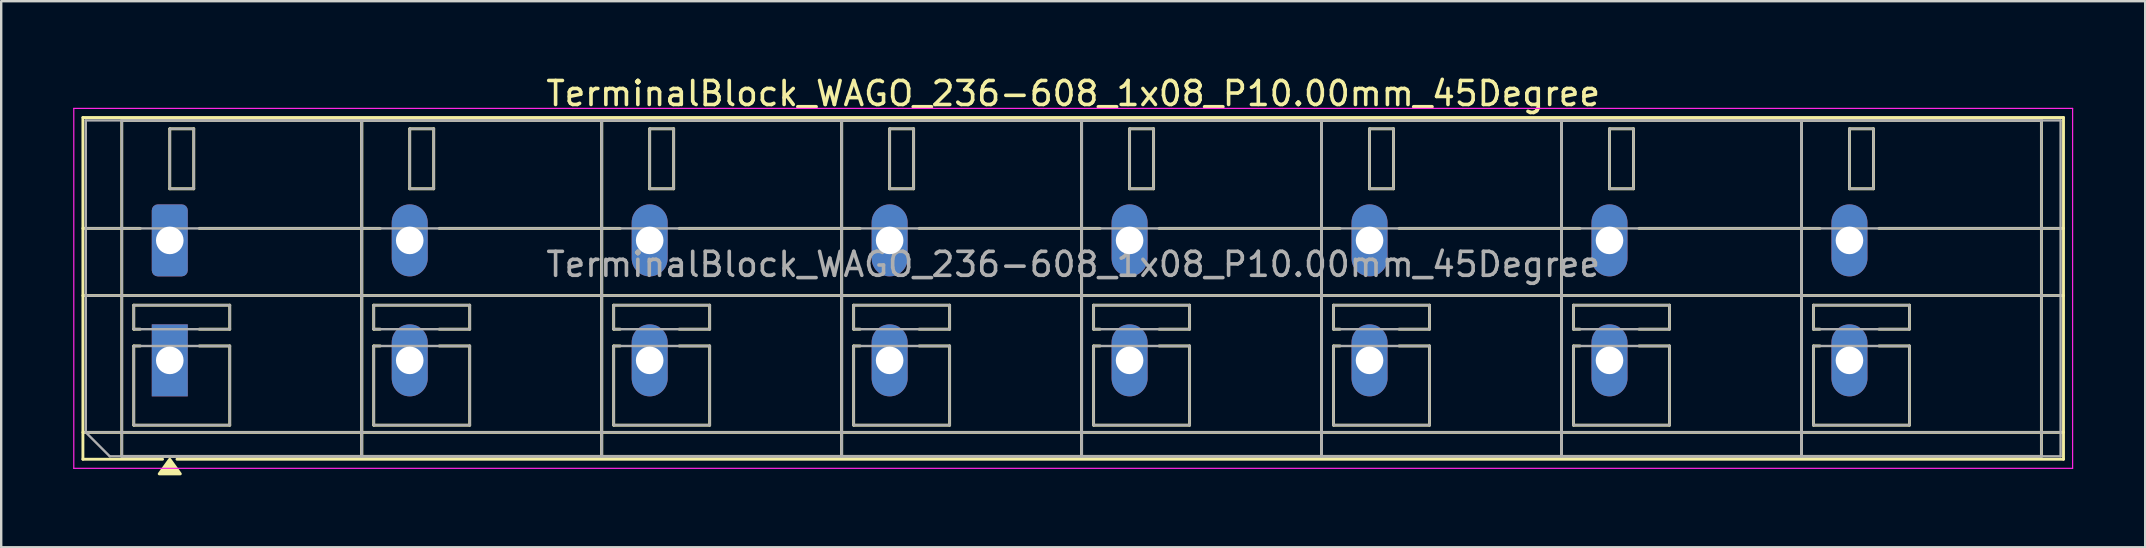
<source format=kicad_pcb>
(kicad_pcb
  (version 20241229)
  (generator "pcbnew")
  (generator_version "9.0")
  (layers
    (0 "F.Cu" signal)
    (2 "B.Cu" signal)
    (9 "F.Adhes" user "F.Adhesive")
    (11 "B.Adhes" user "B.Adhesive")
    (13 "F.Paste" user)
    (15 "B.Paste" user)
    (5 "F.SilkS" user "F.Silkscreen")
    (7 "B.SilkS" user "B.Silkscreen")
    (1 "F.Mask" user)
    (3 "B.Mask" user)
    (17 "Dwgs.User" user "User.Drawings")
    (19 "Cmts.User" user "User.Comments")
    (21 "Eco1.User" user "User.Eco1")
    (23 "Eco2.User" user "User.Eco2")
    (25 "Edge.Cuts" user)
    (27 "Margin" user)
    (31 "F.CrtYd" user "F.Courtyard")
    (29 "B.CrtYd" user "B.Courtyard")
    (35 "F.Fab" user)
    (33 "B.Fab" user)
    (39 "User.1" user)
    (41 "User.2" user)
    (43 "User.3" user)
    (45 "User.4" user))
  (footprint "TerminalBlock_WAGO_236-608_1x08_P10.00mm_45Degree"
    (layer "F.Cu")
    (at 4.025 6.968)
    (property "Reference" "TerminalBlock_WAGO_236-608_1x08_P10.00mm_45Degree" (at 37.65 -6.12 0) (layer "F.SilkS") (effects (font (size 1 1) (thickness 0.15))))
    (attr through_hole)
    (fp_line (start -3.62 -5.12) (end 78.92 -5.12) (stroke (width 0.12) (type solid)) (layer "F.SilkS"))
    (fp_line (start -3.62 -0.5) (end -1.23 -0.5) (stroke (width 0.12) (type solid)) (layer "F.SilkS"))
    (fp_line (start -3.62 2.3) (end 78.92 2.3) (stroke (width 0.12) (type solid)) (layer "F.SilkS"))
    (fp_line (start -3.62 8) (end 78.92 8) (stroke (width 0.12) (type solid)) (layer "F.SilkS"))
    (fp_line (start -3.62 9.12) (end -3.62 -5.12) (stroke (width 0.12) (type solid)) (layer "F.SilkS"))
    (fp_line (start -2 -5) (end 8 -5) (stroke (width 0.12) (type solid)) (layer "F.SilkS"))
    (fp_line (start -2 9) (end -2 -5) (stroke (width 0.12) (type solid)) (layer "F.SilkS"))
    (fp_line (start -1.5 2.7) (end 2.5 2.7) (stroke (width 0.12) (type solid)) (layer "F.SilkS"))
    (fp_line (start -1.5 3.7) (end -1.5 2.7) (stroke (width 0.12) (type solid)) (layer "F.SilkS"))
    (fp_line (start -1.5 4.4) (end -1.23 4.4) (stroke (width 0.12) (type solid)) (layer "F.SilkS"))
    (fp_line (start -1.5 7.7) (end -1.5 4.4) (stroke (width 0.12) (type solid)) (layer "F.SilkS"))
    (fp_line (start -1.23 3.7) (end -1.5 3.7) (stroke (width 0.12) (type solid)) (layer "F.SilkS"))
    (fp_line (start -0.3 9.12) (end -3.62 9.12) (stroke (width 0.12) (type solid)) (layer "F.SilkS"))
    (fp_line (start 0 -4.65) (end 1 -4.65) (stroke (width 0.12) (type solid)) (layer "F.SilkS"))
    (fp_line (start 0 -2.15) (end 0 -4.65) (stroke (width 0.12) (type solid)) (layer "F.SilkS"))
    (fp_line (start 1 -4.65) (end 1 -2.15) (stroke (width 0.12) (type solid)) (layer "F.SilkS"))
    (fp_line (start 1 -2.15) (end 0 -2.15) (stroke (width 0.12) (type solid)) (layer "F.SilkS"))
    (fp_line (start 1.23 -0.5) (end 8.77 -0.5) (stroke (width 0.12) (type solid)) (layer "F.SilkS"))
    (fp_line (start 1.23 4.4) (end 2.5 4.4) (stroke (width 0.12) (type solid)) (layer "F.SilkS"))
    (fp_line (start 2.5 2.7) (end 2.5 3.7) (stroke (width 0.12) (type solid)) (layer "F.SilkS"))
    (fp_line (start 2.5 3.7) (end 1.23 3.7) (stroke (width 0.12) (type solid)) (layer "F.SilkS"))
    (fp_line (start 2.5 4.4) (end 2.5 7.7) (stroke (width 0.12) (type solid)) (layer "F.SilkS"))
    (fp_line (start 2.5 7.7) (end -1.5 7.7) (stroke (width 0.12) (type solid)) (layer "F.SilkS"))
    (fp_line (start 8 -5) (end 8 9) (stroke (width 0.12) (type solid)) (layer "F.SilkS"))
    (fp_line (start 8 -5) (end 18 -5) (stroke (width 0.12) (type solid)) (layer "F.SilkS"))
    (fp_line (start 8 9) (end -2 9) (stroke (width 0.12) (type solid)) (layer "F.SilkS"))
    (fp_line (start 8 9) (end 8 -5) (stroke (width 0.12) (type solid)) (layer "F.SilkS"))
    (fp_line (start 8.5 2.7) (end 12.5 2.7) (stroke (width 0.12) (type solid)) (layer "F.SilkS"))
    (fp_line (start 8.5 3.7) (end 8.5 2.7) (stroke (width 0.12) (type solid)) (layer "F.SilkS"))
    (fp_line (start 8.5 4.4) (end 8.77 4.4) (stroke (width 0.12) (type solid)) (layer "F.SilkS"))
    (fp_line (start 8.5 7.7) (end 8.5 4.4) (stroke (width 0.12) (type solid)) (layer "F.SilkS"))
    (fp_line (start 8.77 3.7) (end 8.5 3.7) (stroke (width 0.12) (type solid)) (layer "F.SilkS"))
    (fp_line (start 10 -4.65) (end 11 -4.65) (stroke (width 0.12) (type solid)) (layer "F.SilkS"))
    (fp_line (start 10 -2.15) (end 10 -4.65) (stroke (width 0.12) (type solid)) (layer "F.SilkS"))
    (fp_line (start 11 -4.65) (end 11 -2.15) (stroke (width 0.12) (type solid)) (layer "F.SilkS"))
    (fp_line (start 11 -2.15) (end 10 -2.15) (stroke (width 0.12) (type solid)) (layer "F.SilkS"))
    (fp_line (start 11.23 -0.5) (end 18.77 -0.5) (stroke (width 0.12) (type solid)) (layer "F.SilkS"))
    (fp_line (start 11.23 4.4) (end 12.5 4.4) (stroke (width 0.12) (type solid)) (layer "F.SilkS"))
    (fp_line (start 12.5 2.7) (end 12.5 3.7) (stroke (width 0.12) (type solid)) (layer "F.SilkS"))
    (fp_line (start 12.5 3.7) (end 11.23 3.7) (stroke (width 0.12) (type solid)) (layer "F.SilkS"))
    (fp_line (start 12.5 4.4) (end 12.5 7.7) (stroke (width 0.12) (type solid)) (layer "F.SilkS"))
    (fp_line (start 12.5 7.7) (end 8.5 7.7) (stroke (width 0.12) (type solid)) (layer "F.SilkS"))
    (fp_line (start 18 -5) (end 18 9) (stroke (width 0.12) (type solid)) (layer "F.SilkS"))
    (fp_line (start 18 -5) (end 28 -5) (stroke (width 0.12) (type solid)) (layer "F.SilkS"))
    (fp_line (start 18 9) (end 8 9) (stroke (width 0.12) (type solid)) (layer "F.SilkS"))
    (fp_line (start 18 9) (end 18 -5) (stroke (width 0.12) (type solid)) (layer "F.SilkS"))
    (fp_line (start 18.5 2.7) (end 22.5 2.7) (stroke (width 0.12) (type solid)) (layer "F.SilkS"))
    (fp_line (start 18.5 3.7) (end 18.5 2.7) (stroke (width 0.12) (type solid)) (layer "F.SilkS"))
    (fp_line (start 18.5 4.4) (end 18.77 4.4) (stroke (width 0.12) (type solid)) (layer "F.SilkS"))
    (fp_line (start 18.5 7.7) (end 18.5 4.4) (stroke (width 0.12) (type solid)) (layer "F.SilkS"))
    (fp_line (start 18.77 3.7) (end 18.5 3.7) (stroke (width 0.12) (type solid)) (layer "F.SilkS"))
    (fp_line (start 20 -4.65) (end 21 -4.65) (stroke (width 0.12) (type solid)) (layer "F.SilkS"))
    (fp_line (start 20 -2.15) (end 20 -4.65) (stroke (width 0.12) (type solid)) (layer "F.SilkS"))
    (fp_line (start 21 -4.65) (end 21 -2.15) (stroke (width 0.12) (type solid)) (layer "F.SilkS"))
    (fp_line (start 21 -2.15) (end 20 -2.15) (stroke (width 0.12) (type solid)) (layer "F.SilkS"))
    (fp_line (start 21.23 -0.5) (end 28.77 -0.5) (stroke (width 0.12) (type solid)) (layer "F.SilkS"))
    (fp_line (start 21.23 4.4) (end 22.5 4.4) (stroke (width 0.12) (type solid)) (layer "F.SilkS"))
    (fp_line (start 22.5 2.7) (end 22.5 3.7) (stroke (width 0.12) (type solid)) (layer "F.SilkS"))
    (fp_line (start 22.5 3.7) (end 21.23 3.7) (stroke (width 0.12) (type solid)) (layer "F.SilkS"))
    (fp_line (start 22.5 4.4) (end 22.5 7.7) (stroke (width 0.12) (type solid)) (layer "F.SilkS"))
    (fp_line (start 22.5 7.7) (end 18.5 7.7) (stroke (width 0.12) (type solid)) (layer "F.SilkS"))
    (fp_line (start 28 -5) (end 28 9) (stroke (width 0.12) (type solid)) (layer "F.SilkS"))
    (fp_line (start 28 -5) (end 38 -5) (stroke (width 0.12) (type solid)) (layer "F.SilkS"))
    (fp_line (start 28 9) (end 18 9) (stroke (width 0.12) (type solid)) (layer "F.SilkS"))
    (fp_line (start 28 9) (end 28 -5) (stroke (width 0.12) (type solid)) (layer "F.SilkS"))
    (fp_line (start 28.5 2.7) (end 32.5 2.7) (stroke (width 0.12) (type solid)) (layer "F.SilkS"))
    (fp_line (start 28.5 3.7) (end 28.5 2.7) (stroke (width 0.12) (type solid)) (layer "F.SilkS"))
    (fp_line (start 28.5 4.4) (end 28.77 4.4) (stroke (width 0.12) (type solid)) (layer "F.SilkS"))
    (fp_line (start 28.5 7.7) (end 28.5 4.4) (stroke (width 0.12) (type solid)) (layer "F.SilkS"))
    (fp_line (start 28.77 3.7) (end 28.5 3.7) (stroke (width 0.12) (type solid)) (layer "F.SilkS"))
    (fp_line (start 30 -4.65) (end 31 -4.65) (stroke (width 0.12) (type solid)) (layer "F.SilkS"))
    (fp_line (start 30 -2.15) (end 30 -4.65) (stroke (width 0.12) (type solid)) (layer "F.SilkS"))
    (fp_line (start 31 -4.65) (end 31 -2.15) (stroke (width 0.12) (type solid)) (layer "F.SilkS"))
    (fp_line (start 31 -2.15) (end 30 -2.15) (stroke (width 0.12) (type solid)) (layer "F.SilkS"))
    (fp_line (start 31.23 -0.5) (end 38.77 -0.5) (stroke (width 0.12) (type solid)) (layer "F.SilkS"))
    (fp_line (start 31.23 4.4) (end 32.5 4.4) (stroke (width 0.12) (type solid)) (layer "F.SilkS"))
    (fp_line (start 32.5 2.7) (end 32.5 3.7) (stroke (width 0.12) (type solid)) (layer "F.SilkS"))
    (fp_line (start 32.5 3.7) (end 31.23 3.7) (stroke (width 0.12) (type solid)) (layer "F.SilkS"))
    (fp_line (start 32.5 4.4) (end 32.5 7.7) (stroke (width 0.12) (type solid)) (layer "F.SilkS"))
    (fp_line (start 32.5 7.7) (end 28.5 7.7) (stroke (width 0.12) (type solid)) (layer "F.SilkS"))
    (fp_line (start 38 -5) (end 38 9) (stroke (width 0.12) (type solid)) (layer "F.SilkS"))
    (fp_line (start 38 -5) (end 48 -5) (stroke (width 0.12) (type solid)) (layer "F.SilkS"))
    (fp_line (start 38 9) (end 28 9) (stroke (width 0.12) (type solid)) (layer "F.SilkS"))
    (fp_line (start 38 9) (end 38 -5) (stroke (width 0.12) (type solid)) (layer "F.SilkS"))
    (fp_line (start 38.5 2.7) (end 42.5 2.7) (stroke (width 0.12) (type solid)) (layer "F.SilkS"))
    (fp_line (start 38.5 3.7) (end 38.5 2.7) (stroke (width 0.12) (type solid)) (layer "F.SilkS"))
    (fp_line (start 38.5 4.4) (end 38.77 4.4) (stroke (width 0.12) (type solid)) (layer "F.SilkS"))
    (fp_line (start 38.5 7.7) (end 38.5 4.4) (stroke (width 0.12) (type solid)) (layer "F.SilkS"))
    (fp_line (start 38.77 3.7) (end 38.5 3.7) (stroke (width 0.12) (type solid)) (layer "F.SilkS"))
    (fp_line (start 40 -4.65) (end 41 -4.65) (stroke (width 0.12) (type solid)) (layer "F.SilkS"))
    (fp_line (start 40 -2.15) (end 40 -4.65) (stroke (width 0.12) (type solid)) (layer "F.SilkS"))
    (fp_line (start 41 -4.65) (end 41 -2.15) (stroke (width 0.12) (type solid)) (layer "F.SilkS"))
    (fp_line (start 41 -2.15) (end 40 -2.15) (stroke (width 0.12) (type solid)) (layer "F.SilkS"))
    (fp_line (start 41.23 -0.5) (end 48.77 -0.5) (stroke (width 0.12) (type solid)) (layer "F.SilkS"))
    (fp_line (start 41.23 4.4) (end 42.5 4.4) (stroke (width 0.12) (type solid)) (layer "F.SilkS"))
    (fp_line (start 42.5 2.7) (end 42.5 3.7) (stroke (width 0.12) (type solid)) (layer "F.SilkS"))
    (fp_line (start 42.5 3.7) (end 41.23 3.7) (stroke (width 0.12) (type solid)) (layer "F.SilkS"))
    (fp_line (start 42.5 4.4) (end 42.5 7.7) (stroke (width 0.12) (type solid)) (layer "F.SilkS"))
    (fp_line (start 42.5 7.7) (end 38.5 7.7) (stroke (width 0.12) (type solid)) (layer "F.SilkS"))
    (fp_line (start 48 -5) (end 48 9) (stroke (width 0.12) (type solid)) (layer "F.SilkS"))
    (fp_line (start 48 -5) (end 58 -5) (stroke (width 0.12) (type solid)) (layer "F.SilkS"))
    (fp_line (start 48 9) (end 38 9) (stroke (width 0.12) (type solid)) (layer "F.SilkS"))
    (fp_line (start 48 9) (end 48 -5) (stroke (width 0.12) (type solid)) (layer "F.SilkS"))
    (fp_line (start 48.5 2.7) (end 52.5 2.7) (stroke (width 0.12) (type solid)) (layer "F.SilkS"))
    (fp_line (start 48.5 3.7) (end 48.5 2.7) (stroke (width 0.12) (type solid)) (layer "F.SilkS"))
    (fp_line (start 48.5 4.4) (end 48.77 4.4) (stroke (width 0.12) (type solid)) (layer "F.SilkS"))
    (fp_line (start 48.5 7.7) (end 48.5 4.4) (stroke (width 0.12) (type solid)) (layer "F.SilkS"))
    (fp_line (start 48.77 3.7) (end 48.5 3.7) (stroke (width 0.12) (type solid)) (layer "F.SilkS"))
    (fp_line (start 50 -4.65) (end 51 -4.65) (stroke (width 0.12) (type solid)) (layer "F.SilkS"))
    (fp_line (start 50 -2.15) (end 50 -4.65) (stroke (width 0.12) (type solid)) (layer "F.SilkS"))
    (fp_line (start 51 -4.65) (end 51 -2.15) (stroke (width 0.12) (type solid)) (layer "F.SilkS"))
    (fp_line (start 51 -2.15) (end 50 -2.15) (stroke (width 0.12) (type solid)) (layer "F.SilkS"))
    (fp_line (start 51.23 -0.5) (end 58.77 -0.5) (stroke (width 0.12) (type solid)) (layer "F.SilkS"))
    (fp_line (start 51.23 4.4) (end 52.5 4.4) (stroke (width 0.12) (type solid)) (layer "F.SilkS"))
    (fp_line (start 52.5 2.7) (end 52.5 3.7) (stroke (width 0.12) (type solid)) (layer "F.SilkS"))
    (fp_line (start 52.5 3.7) (end 51.23 3.7) (stroke (width 0.12) (type solid)) (layer "F.SilkS"))
    (fp_line (start 52.5 4.4) (end 52.5 7.7) (stroke (width 0.12) (type solid)) (layer "F.SilkS"))
    (fp_line (start 52.5 7.7) (end 48.5 7.7) (stroke (width 0.12) (type solid)) (layer "F.SilkS"))
    (fp_line (start 58 -5) (end 58 9) (stroke (width 0.12) (type solid)) (layer "F.SilkS"))
    (fp_line (start 58 -5) (end 68 -5) (stroke (width 0.12) (type solid)) (layer "F.SilkS"))
    (fp_line (start 58 9) (end 48 9) (stroke (width 0.12) (type solid)) (layer "F.SilkS"))
    (fp_line (start 58 9) (end 58 -5) (stroke (width 0.12) (type solid)) (layer "F.SilkS"))
    (fp_line (start 58.5 2.7) (end 62.5 2.7) (stroke (width 0.12) (type solid)) (layer "F.SilkS"))
    (fp_line (start 58.5 3.7) (end 58.5 2.7) (stroke (width 0.12) (type solid)) (layer "F.SilkS"))
    (fp_line (start 58.5 4.4) (end 58.77 4.4) (stroke (width 0.12) (type solid)) (layer "F.SilkS"))
    (fp_line (start 58.5 7.7) (end 58.5 4.4) (stroke (width 0.12) (type solid)) (layer "F.SilkS"))
    (fp_line (start 58.77 3.7) (end 58.5 3.7) (stroke (width 0.12) (type solid)) (layer "F.SilkS"))
    (fp_line (start 60 -4.65) (end 61 -4.65) (stroke (width 0.12) (type solid)) (layer "F.SilkS"))
    (fp_line (start 60 -2.15) (end 60 -4.65) (stroke (width 0.12) (type solid)) (layer "F.SilkS"))
    (fp_line (start 61 -4.65) (end 61 -2.15) (stroke (width 0.12) (type solid)) (layer "F.SilkS"))
    (fp_line (start 61 -2.15) (end 60 -2.15) (stroke (width 0.12) (type solid)) (layer "F.SilkS"))
    (fp_line (start 61.23 -0.5) (end 68.77 -0.5) (stroke (width 0.12) (type solid)) (layer "F.SilkS"))
    (fp_line (start 61.23 4.4) (end 62.5 4.4) (stroke (width 0.12) (type solid)) (layer "F.SilkS"))
    (fp_line (start 62.5 2.7) (end 62.5 3.7) (stroke (width 0.12) (type solid)) (layer "F.SilkS"))
    (fp_line (start 62.5 3.7) (end 61.23 3.7) (stroke (width 0.12) (type solid)) (layer "F.SilkS"))
    (fp_line (start 62.5 4.4) (end 62.5 7.7) (stroke (width 0.12) (type solid)) (layer "F.SilkS"))
    (fp_line (start 62.5 7.7) (end 58.5 7.7) (stroke (width 0.12) (type solid)) (layer "F.SilkS"))
    (fp_line (start 68 -5) (end 68 9) (stroke (width 0.12) (type solid)) (layer "F.SilkS"))
    (fp_line (start 68 -5) (end 78 -5) (stroke (width 0.12) (type solid)) (layer "F.SilkS"))
    (fp_line (start 68 9) (end 58 9) (stroke (width 0.12) (type solid)) (layer "F.SilkS"))
    (fp_line (start 68 9) (end 68 -5) (stroke (width 0.12) (type solid)) (layer "F.SilkS"))
    (fp_line (start 68.5 2.7) (end 72.5 2.7) (stroke (width 0.12) (type solid)) (layer "F.SilkS"))
    (fp_line (start 68.5 3.7) (end 68.5 2.7) (stroke (width 0.12) (type solid)) (layer "F.SilkS"))
    (fp_line (start 68.5 4.4) (end 68.77 4.4) (stroke (width 0.12) (type solid)) (layer "F.SilkS"))
    (fp_line (start 68.5 7.7) (end 68.5 4.4) (stroke (width 0.12) (type solid)) (layer "F.SilkS"))
    (fp_line (start 68.77 3.7) (end 68.5 3.7) (stroke (width 0.12) (type solid)) (layer "F.SilkS"))
    (fp_line (start 70 -4.65) (end 71 -4.65) (stroke (width 0.12) (type solid)) (layer "F.SilkS"))
    (fp_line (start 70 -2.15) (end 70 -4.65) (stroke (width 0.12) (type solid)) (layer "F.SilkS"))
    (fp_line (start 71 -4.65) (end 71 -2.15) (stroke (width 0.12) (type solid)) (layer "F.SilkS"))
    (fp_line (start 71 -2.15) (end 70 -2.15) (stroke (width 0.12) (type solid)) (layer "F.SilkS"))
    (fp_line (start 71.23 -0.5) (end 78.92 -0.5) (stroke (width 0.12) (type solid)) (layer "F.SilkS"))
    (fp_line (start 71.23 4.4) (end 72.5 4.4) (stroke (width 0.12) (type solid)) (layer "F.SilkS"))
    (fp_line (start 72.5 2.7) (end 72.5 3.7) (stroke (width 0.12) (type solid)) (layer "F.SilkS"))
    (fp_line (start 72.5 3.7) (end 71.23 3.7) (stroke (width 0.12) (type solid)) (layer "F.SilkS"))
    (fp_line (start 72.5 4.4) (end 72.5 7.7) (stroke (width 0.12) (type solid)) (layer "F.SilkS"))
    (fp_line (start 72.5 7.7) (end 68.5 7.7) (stroke (width 0.12) (type solid)) (layer "F.SilkS"))
    (fp_line (start 78 -5) (end 78 9) (stroke (width 0.12) (type solid)) (layer "F.SilkS"))
    (fp_line (start 78 9) (end 68 9) (stroke (width 0.12) (type solid)) (layer "F.SilkS"))
    (fp_line (start 78.92 -5.12) (end 78.92 9.12) (stroke (width 0.12) (type solid)) (layer "F.SilkS"))
    (fp_line (start 78.92 9.12) (end 0.3 9.12) (stroke (width 0.12) (type solid)) (layer "F.SilkS"))
    (fp_poly (pts (xy 0 9.12) (xy 0.44 9.73) (xy -0.44 9.73)) (stroke (width 0.12) (type solid)) (fill yes) (layer "F.SilkS"))
    (fp_line (start -4 -5.5) (end -4 9.5) (stroke (width 0.05) (type solid)) (layer "F.CrtYd"))
    (fp_line (start -4 9.5) (end 79.3 9.5) (stroke (width 0.05) (type solid)) (layer "F.CrtYd"))
    (fp_line (start 79.3 -5.5) (end -4 -5.5) (stroke (width 0.05) (type solid)) (layer "F.CrtYd"))
    (fp_line (start 79.3 9.5) (end 79.3 -5.5) (stroke (width 0.05) (type solid)) (layer "F.CrtYd"))
    (fp_line (start -3.5 -5) (end 78.8 -5) (stroke (width 0.1) (type solid)) (layer "F.Fab"))
    (fp_line (start -3.5 -0.5) (end 78.8 -0.5) (stroke (width 0.1) (type solid)) (layer "F.Fab"))
    (fp_line (start -3.5 2.3) (end 78.8 2.3) (stroke (width 0.1) (type solid)) (layer "F.Fab"))
    (fp_line (start -3.5 8) (end -3.5 -5) (stroke (width 0.1) (type solid)) (layer "F.Fab"))
    (fp_line (start -3.5 8) (end 78.8 8) (stroke (width 0.1) (type solid)) (layer "F.Fab"))
    (fp_line (start -2.5 9) (end -3.5 8) (stroke (width 0.1) (type solid)) (layer "F.Fab"))
    (fp_line (start -2 -5) (end -2 9) (stroke (width 0.1) (type solid)) (layer "F.Fab"))
    (fp_line (start -2 9) (end 8 9) (stroke (width 0.1) (type solid)) (layer "F.Fab"))
    (fp_line (start -1.5 2.7) (end -1.5 3.7) (stroke (width 0.1) (type solid)) (layer "F.Fab"))
    (fp_line (start -1.5 3.7) (end 2.5 3.7) (stroke (width 0.1) (type solid)) (layer "F.Fab"))
    (fp_line (start -1.5 4.4) (end -1.5 7.7) (stroke (width 0.1) (type solid)) (layer "F.Fab"))
    (fp_line (start -1.5 7.7) (end 2.5 7.7) (stroke (width 0.1) (type solid)) (layer "F.Fab"))
    (fp_line (start 0 -4.65) (end 0 -2.15) (stroke (width 0.1) (type solid)) (layer "F.Fab"))
    (fp_line (start 0 -2.15) (end 1 -2.15) (stroke (width 0.1) (type solid)) (layer "F.Fab"))
    (fp_line (start 1 -4.65) (end 0 -4.65) (stroke (width 0.1) (type solid)) (layer "F.Fab"))
    (fp_line (start 1 -2.15) (end 1 -4.65) (stroke (width 0.1) (type solid)) (layer "F.Fab"))
    (fp_line (start 2.5 2.7) (end -1.5 2.7) (stroke (width 0.1) (type solid)) (layer "F.Fab"))
    (fp_line (start 2.5 3.7) (end 2.5 2.7) (stroke (width 0.1) (type solid)) (layer "F.Fab"))
    (fp_line (start 2.5 4.4) (end -1.5 4.4) (stroke (width 0.1) (type solid)) (layer "F.Fab"))
    (fp_line (start 2.5 7.7) (end 2.5 4.4) (stroke (width 0.1) (type solid)) (layer "F.Fab"))
    (fp_line (start 8 -5) (end -2 -5) (stroke (width 0.1) (type solid)) (layer "F.Fab"))
    (fp_line (start 8 -5) (end 8 9) (stroke (width 0.1) (type solid)) (layer "F.Fab"))
    (fp_line (start 8 9) (end 8 -5) (stroke (width 0.1) (type solid)) (layer "F.Fab"))
    (fp_line (start 8 9) (end 18 9) (stroke (width 0.1) (type solid)) (layer "F.Fab"))
    (fp_line (start 8.5 2.7) (end 8.5 3.7) (stroke (width 0.1) (type solid)) (layer "F.Fab"))
    (fp_line (start 8.5 3.7) (end 12.5 3.7) (stroke (width 0.1) (type solid)) (layer "F.Fab"))
    (fp_line (start 8.5 4.4) (end 8.5 7.7) (stroke (width 0.1) (type solid)) (layer "F.Fab"))
    (fp_line (start 8.5 7.7) (end 12.5 7.7) (stroke (width 0.1) (type solid)) (layer "F.Fab"))
    (fp_line (start 10 -4.65) (end 10 -2.15) (stroke (width 0.1) (type solid)) (layer "F.Fab"))
    (fp_line (start 10 -2.15) (end 11 -2.15) (stroke (width 0.1) (type solid)) (layer "F.Fab"))
    (fp_line (start 11 -4.65) (end 10 -4.65) (stroke (width 0.1) (type solid)) (layer "F.Fab"))
    (fp_line (start 11 -2.15) (end 11 -4.65) (stroke (width 0.1) (type solid)) (layer "F.Fab"))
    (fp_line (start 12.5 2.7) (end 8.5 2.7) (stroke (width 0.1) (type solid)) (layer "F.Fab"))
    (fp_line (start 12.5 3.7) (end 12.5 2.7) (stroke (width 0.1) (type solid)) (layer "F.Fab"))
    (fp_line (start 12.5 4.4) (end 8.5 4.4) (stroke (width 0.1) (type solid)) (layer "F.Fab"))
    (fp_line (start 12.5 7.7) (end 12.5 4.4) (stroke (width 0.1) (type solid)) (layer "F.Fab"))
    (fp_line (start 18 -5) (end 8 -5) (stroke (width 0.1) (type solid)) (layer "F.Fab"))
    (fp_line (start 18 -5) (end 18 9) (stroke (width 0.1) (type solid)) (layer "F.Fab"))
    (fp_line (start 18 9) (end 18 -5) (stroke (width 0.1) (type solid)) (layer "F.Fab"))
    (fp_line (start 18 9) (end 28 9) (stroke (width 0.1) (type solid)) (layer "F.Fab"))
    (fp_line (start 18.5 2.7) (end 18.5 3.7) (stroke (width 0.1) (type solid)) (layer "F.Fab"))
    (fp_line (start 18.5 3.7) (end 22.5 3.7) (stroke (width 0.1) (type solid)) (layer "F.Fab"))
    (fp_line (start 18.5 4.4) (end 18.5 7.7) (stroke (width 0.1) (type solid)) (layer "F.Fab"))
    (fp_line (start 18.5 7.7) (end 22.5 7.7) (stroke (width 0.1) (type solid)) (layer "F.Fab"))
    (fp_line (start 20 -4.65) (end 20 -2.15) (stroke (width 0.1) (type solid)) (layer "F.Fab"))
    (fp_line (start 20 -2.15) (end 21 -2.15) (stroke (width 0.1) (type solid)) (layer "F.Fab"))
    (fp_line (start 21 -4.65) (end 20 -4.65) (stroke (width 0.1) (type solid)) (layer "F.Fab"))
    (fp_line (start 21 -2.15) (end 21 -4.65) (stroke (width 0.1) (type solid)) (layer "F.Fab"))
    (fp_line (start 22.5 2.7) (end 18.5 2.7) (stroke (width 0.1) (type solid)) (layer "F.Fab"))
    (fp_line (start 22.5 3.7) (end 22.5 2.7) (stroke (width 0.1) (type solid)) (layer "F.Fab"))
    (fp_line (start 22.5 4.4) (end 18.5 4.4) (stroke (width 0.1) (type solid)) (layer "F.Fab"))
    (fp_line (start 22.5 7.7) (end 22.5 4.4) (stroke (width 0.1) (type solid)) (layer "F.Fab"))
    (fp_line (start 28 -5) (end 18 -5) (stroke (width 0.1) (type solid)) (layer "F.Fab"))
    (fp_line (start 28 -5) (end 28 9) (stroke (width 0.1) (type solid)) (layer "F.Fab"))
    (fp_line (start 28 9) (end 28 -5) (stroke (width 0.1) (type solid)) (layer "F.Fab"))
    (fp_line (start 28 9) (end 38 9) (stroke (width 0.1) (type solid)) (layer "F.Fab"))
    (fp_line (start 28.5 2.7) (end 28.5 3.7) (stroke (width 0.1) (type solid)) (layer "F.Fab"))
    (fp_line (start 28.5 3.7) (end 32.5 3.7) (stroke (width 0.1) (type solid)) (layer "F.Fab"))
    (fp_line (start 28.5 4.4) (end 28.5 7.7) (stroke (width 0.1) (type solid)) (layer "F.Fab"))
    (fp_line (start 28.5 7.7) (end 32.5 7.7) (stroke (width 0.1) (type solid)) (layer "F.Fab"))
    (fp_line (start 30 -4.65) (end 30 -2.15) (stroke (width 0.1) (type solid)) (layer "F.Fab"))
    (fp_line (start 30 -2.15) (end 31 -2.15) (stroke (width 0.1) (type solid)) (layer "F.Fab"))
    (fp_line (start 31 -4.65) (end 30 -4.65) (stroke (width 0.1) (type solid)) (layer "F.Fab"))
    (fp_line (start 31 -2.15) (end 31 -4.65) (stroke (width 0.1) (type solid)) (layer "F.Fab"))
    (fp_line (start 32.5 2.7) (end 28.5 2.7) (stroke (width 0.1) (type solid)) (layer "F.Fab"))
    (fp_line (start 32.5 3.7) (end 32.5 2.7) (stroke (width 0.1) (type solid)) (layer "F.Fab"))
    (fp_line (start 32.5 4.4) (end 28.5 4.4) (stroke (width 0.1) (type solid)) (layer "F.Fab"))
    (fp_line (start 32.5 7.7) (end 32.5 4.4) (stroke (width 0.1) (type solid)) (layer "F.Fab"))
    (fp_line (start 38 -5) (end 28 -5) (stroke (width 0.1) (type solid)) (layer "F.Fab"))
    (fp_line (start 38 -5) (end 38 9) (stroke (width 0.1) (type solid)) (layer "F.Fab"))
    (fp_line (start 38 9) (end 38 -5) (stroke (width 0.1) (type solid)) (layer "F.Fab"))
    (fp_line (start 38 9) (end 48 9) (stroke (width 0.1) (type solid)) (layer "F.Fab"))
    (fp_line (start 38.5 2.7) (end 38.5 3.7) (stroke (width 0.1) (type solid)) (layer "F.Fab"))
    (fp_line (start 38.5 3.7) (end 42.5 3.7) (stroke (width 0.1) (type solid)) (layer "F.Fab"))
    (fp_line (start 38.5 4.4) (end 38.5 7.7) (stroke (width 0.1) (type solid)) (layer "F.Fab"))
    (fp_line (start 38.5 7.7) (end 42.5 7.7) (stroke (width 0.1) (type solid)) (layer "F.Fab"))
    (fp_line (start 40 -4.65) (end 40 -2.15) (stroke (width 0.1) (type solid)) (layer "F.Fab"))
    (fp_line (start 40 -2.15) (end 41 -2.15) (stroke (width 0.1) (type solid)) (layer "F.Fab"))
    (fp_line (start 41 -4.65) (end 40 -4.65) (stroke (width 0.1) (type solid)) (layer "F.Fab"))
    (fp_line (start 41 -2.15) (end 41 -4.65) (stroke (width 0.1) (type solid)) (layer "F.Fab"))
    (fp_line (start 42.5 2.7) (end 38.5 2.7) (stroke (width 0.1) (type solid)) (layer "F.Fab"))
    (fp_line (start 42.5 3.7) (end 42.5 2.7) (stroke (width 0.1) (type solid)) (layer "F.Fab"))
    (fp_line (start 42.5 4.4) (end 38.5 4.4) (stroke (width 0.1) (type solid)) (layer "F.Fab"))
    (fp_line (start 42.5 7.7) (end 42.5 4.4) (stroke (width 0.1) (type solid)) (layer "F.Fab"))
    (fp_line (start 48 -5) (end 38 -5) (stroke (width 0.1) (type solid)) (layer "F.Fab"))
    (fp_line (start 48 -5) (end 48 9) (stroke (width 0.1) (type solid)) (layer "F.Fab"))
    (fp_line (start 48 9) (end 48 -5) (stroke (width 0.1) (type solid)) (layer "F.Fab"))
    (fp_line (start 48 9) (end 58 9) (stroke (width 0.1) (type solid)) (layer "F.Fab"))
    (fp_line (start 48.5 2.7) (end 48.5 3.7) (stroke (width 0.1) (type solid)) (layer "F.Fab"))
    (fp_line (start 48.5 3.7) (end 52.5 3.7) (stroke (width 0.1) (type solid)) (layer "F.Fab"))
    (fp_line (start 48.5 4.4) (end 48.5 7.7) (stroke (width 0.1) (type solid)) (layer "F.Fab"))
    (fp_line (start 48.5 7.7) (end 52.5 7.7) (stroke (width 0.1) (type solid)) (layer "F.Fab"))
    (fp_line (start 50 -4.65) (end 50 -2.15) (stroke (width 0.1) (type solid)) (layer "F.Fab"))
    (fp_line (start 50 -2.15) (end 51 -2.15) (stroke (width 0.1) (type solid)) (layer "F.Fab"))
    (fp_line (start 51 -4.65) (end 50 -4.65) (stroke (width 0.1) (type solid)) (layer "F.Fab"))
    (fp_line (start 51 -2.15) (end 51 -4.65) (stroke (width 0.1) (type solid)) (layer "F.Fab"))
    (fp_line (start 52.5 2.7) (end 48.5 2.7) (stroke (width 0.1) (type solid)) (layer "F.Fab"))
    (fp_line (start 52.5 3.7) (end 52.5 2.7) (stroke (width 0.1) (type solid)) (layer "F.Fab"))
    (fp_line (start 52.5 4.4) (end 48.5 4.4) (stroke (width 0.1) (type solid)) (layer "F.Fab"))
    (fp_line (start 52.5 7.7) (end 52.5 4.4) (stroke (width 0.1) (type solid)) (layer "F.Fab"))
    (fp_line (start 58 -5) (end 48 -5) (stroke (width 0.1) (type solid)) (layer "F.Fab"))
    (fp_line (start 58 -5) (end 58 9) (stroke (width 0.1) (type solid)) (layer "F.Fab"))
    (fp_line (start 58 9) (end 58 -5) (stroke (width 0.1) (type solid)) (layer "F.Fab"))
    (fp_line (start 58 9) (end 68 9) (stroke (width 0.1) (type solid)) (layer "F.Fab"))
    (fp_line (start 58.5 2.7) (end 58.5 3.7) (stroke (width 0.1) (type solid)) (layer "F.Fab"))
    (fp_line (start 58.5 3.7) (end 62.5 3.7) (stroke (width 0.1) (type solid)) (layer "F.Fab"))
    (fp_line (start 58.5 4.4) (end 58.5 7.7) (stroke (width 0.1) (type solid)) (layer "F.Fab"))
    (fp_line (start 58.5 7.7) (end 62.5 7.7) (stroke (width 0.1) (type solid)) (layer "F.Fab"))
    (fp_line (start 60 -4.65) (end 60 -2.15) (stroke (width 0.1) (type solid)) (layer "F.Fab"))
    (fp_line (start 60 -2.15) (end 61 -2.15) (stroke (width 0.1) (type solid)) (layer "F.Fab"))
    (fp_line (start 61 -4.65) (end 60 -4.65) (stroke (width 0.1) (type solid)) (layer "F.Fab"))
    (fp_line (start 61 -2.15) (end 61 -4.65) (stroke (width 0.1) (type solid)) (layer "F.Fab"))
    (fp_line (start 62.5 2.7) (end 58.5 2.7) (stroke (width 0.1) (type solid)) (layer "F.Fab"))
    (fp_line (start 62.5 3.7) (end 62.5 2.7) (stroke (width 0.1) (type solid)) (layer "F.Fab"))
    (fp_line (start 62.5 4.4) (end 58.5 4.4) (stroke (width 0.1) (type solid)) (layer "F.Fab"))
    (fp_line (start 62.5 7.7) (end 62.5 4.4) (stroke (width 0.1) (type solid)) (layer "F.Fab"))
    (fp_line (start 68 -5) (end 58 -5) (stroke (width 0.1) (type solid)) (layer "F.Fab"))
    (fp_line (start 68 -5) (end 68 9) (stroke (width 0.1) (type solid)) (layer "F.Fab"))
    (fp_line (start 68 9) (end 68 -5) (stroke (width 0.1) (type solid)) (layer "F.Fab"))
    (fp_line (start 68 9) (end 78 9) (stroke (width 0.1) (type solid)) (layer "F.Fab"))
    (fp_line (start 68.5 2.7) (end 68.5 3.7) (stroke (width 0.1) (type solid)) (layer "F.Fab"))
    (fp_line (start 68.5 3.7) (end 72.5 3.7) (stroke (width 0.1) (type solid)) (layer "F.Fab"))
    (fp_line (start 68.5 4.4) (end 68.5 7.7) (stroke (width 0.1) (type solid)) (layer "F.Fab"))
    (fp_line (start 68.5 7.7) (end 72.5 7.7) (stroke (width 0.1) (type solid)) (layer "F.Fab"))
    (fp_line (start 70 -4.65) (end 70 -2.15) (stroke (width 0.1) (type solid)) (layer "F.Fab"))
    (fp_line (start 70 -2.15) (end 71 -2.15) (stroke (width 0.1) (type solid)) (layer "F.Fab"))
    (fp_line (start 71 -4.65) (end 70 -4.65) (stroke (width 0.1) (type solid)) (layer "F.Fab"))
    (fp_line (start 71 -2.15) (end 71 -4.65) (stroke (width 0.1) (type solid)) (layer "F.Fab"))
    (fp_line (start 72.5 2.7) (end 68.5 2.7) (stroke (width 0.1) (type solid)) (layer "F.Fab"))
    (fp_line (start 72.5 3.7) (end 72.5 2.7) (stroke (width 0.1) (type solid)) (layer "F.Fab"))
    (fp_line (start 72.5 4.4) (end 68.5 4.4) (stroke (width 0.1) (type solid)) (layer "F.Fab"))
    (fp_line (start 72.5 7.7) (end 72.5 4.4) (stroke (width 0.1) (type solid)) (layer "F.Fab"))
    (fp_line (start 78 -5) (end 68 -5) (stroke (width 0.1) (type solid)) (layer "F.Fab"))
    (fp_line (start 78 9) (end 78 -5) (stroke (width 0.1) (type solid)) (layer "F.Fab"))
    (fp_line (start 78.8 -5) (end 78.8 9) (stroke (width 0.1) (type solid)) (layer "F.Fab"))
    (fp_line (start 78.8 9) (end -2.5 9) (stroke (width 0.1) (type solid)) (layer "F.Fab"))
    (fp_text user "${REFERENCE}" (at 37.65 1 0) (layer "F.Fab") (effects (font (size 1 1) (thickness 0.15))))
    (pad "1" thru_hole roundrect (at 0 0) (size 1.5 3) (drill 1.15) (layers "*.Cu" "*.Mask") (roundrect_rratio 0.167))
    (pad "1" thru_hole rect (at 0 5) (size 1.5 3) (drill 1.15) (layers "*.Cu" "*.Mask"))
    (pad "2" thru_hole oval (at 10 0) (size 1.5 3) (drill 1.15) (layers "*.Cu" "*.Mask"))
    (pad "2" thru_hole oval (at 10 5) (size 1.5 3) (drill 1.15) (layers "*.Cu" "*.Mask"))
    (pad "3" thru_hole oval (at 20 0) (size 1.5 3) (drill 1.15) (layers "*.Cu" "*.Mask"))
    (pad "3" thru_hole oval (at 20 5) (size 1.5 3) (drill 1.15) (layers "*.Cu" "*.Mask"))
    (pad "4" thru_hole oval (at 30 0) (size 1.5 3) (drill 1.15) (layers "*.Cu" "*.Mask"))
    (pad "4" thru_hole oval (at 30 5) (size 1.5 3) (drill 1.15) (layers "*.Cu" "*.Mask"))
    (pad "5" thru_hole oval (at 40 0) (size 1.5 3) (drill 1.15) (layers "*.Cu" "*.Mask"))
    (pad "5" thru_hole oval (at 40 5) (size 1.5 3) (drill 1.15) (layers "*.Cu" "*.Mask"))
    (pad "6" thru_hole oval (at 50 0) (size 1.5 3) (drill 1.15) (layers "*.Cu" "*.Mask"))
    (pad "6" thru_hole oval (at 50 5) (size 1.5 3) (drill 1.15) (layers "*.Cu" "*.Mask"))
    (pad "7" thru_hole oval (at 60 0) (size 1.5 3) (drill 1.15) (layers "*.Cu" "*.Mask"))
    (pad "7" thru_hole oval (at 60 5) (size 1.5 3) (drill 1.15) (layers "*.Cu" "*.Mask"))
    (pad "8" thru_hole oval (at 70 0) (size 1.5 3) (drill 1.15) (layers "*.Cu" "*.Mask"))
    (pad "8" thru_hole oval (at 70 5) (size 1.5 3) (drill 1.15) (layers "*.Cu" "*.Mask")))
  (gr_rect
    (start -3 -3)
    (end 86.35 19.758)
    (stroke (width 0.1) (type default))
    (fill no)
    (layer "Edge.Cuts")))
</source>
